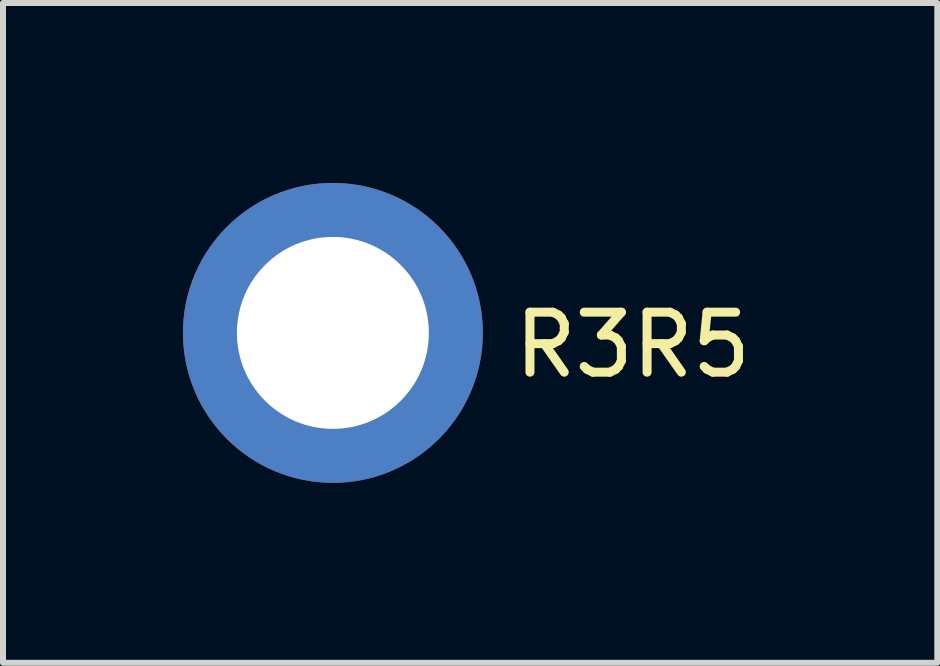
<source format=kicad_pcb>
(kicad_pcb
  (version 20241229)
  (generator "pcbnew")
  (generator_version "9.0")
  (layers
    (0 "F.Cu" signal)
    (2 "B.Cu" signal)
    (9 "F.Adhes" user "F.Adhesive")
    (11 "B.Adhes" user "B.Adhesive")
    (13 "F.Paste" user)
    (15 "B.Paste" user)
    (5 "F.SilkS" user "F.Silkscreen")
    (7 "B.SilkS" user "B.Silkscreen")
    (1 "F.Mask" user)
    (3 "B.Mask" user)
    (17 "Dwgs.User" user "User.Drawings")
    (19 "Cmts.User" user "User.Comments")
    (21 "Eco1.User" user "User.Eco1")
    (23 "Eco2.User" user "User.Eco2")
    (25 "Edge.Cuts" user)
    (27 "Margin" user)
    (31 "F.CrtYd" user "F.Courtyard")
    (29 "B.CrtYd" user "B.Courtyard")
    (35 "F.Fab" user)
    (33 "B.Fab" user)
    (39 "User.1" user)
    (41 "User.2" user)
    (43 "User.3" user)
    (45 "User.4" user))
  (footprint "R3R5"
    (layer "F.Cu")
    (at 2.5 2.5)
    (property "Reference" "R3R5" (at 5 0.2 0) (layer "F.SilkS") (effects (font (size 1 1) (thickness 0.15))))
    (attr through_hole)
    (pad "" thru_hole circle (at 0 0) (size 5 5) (drill 3.2) (layers "*.Cu" "*.Mask")))
  (gr_rect
    (start -3 -3)
    (end 12.577 8)
    (stroke (width 0.1) (type default))
    (fill no)
    (layer "Edge.Cuts")))
</source>
